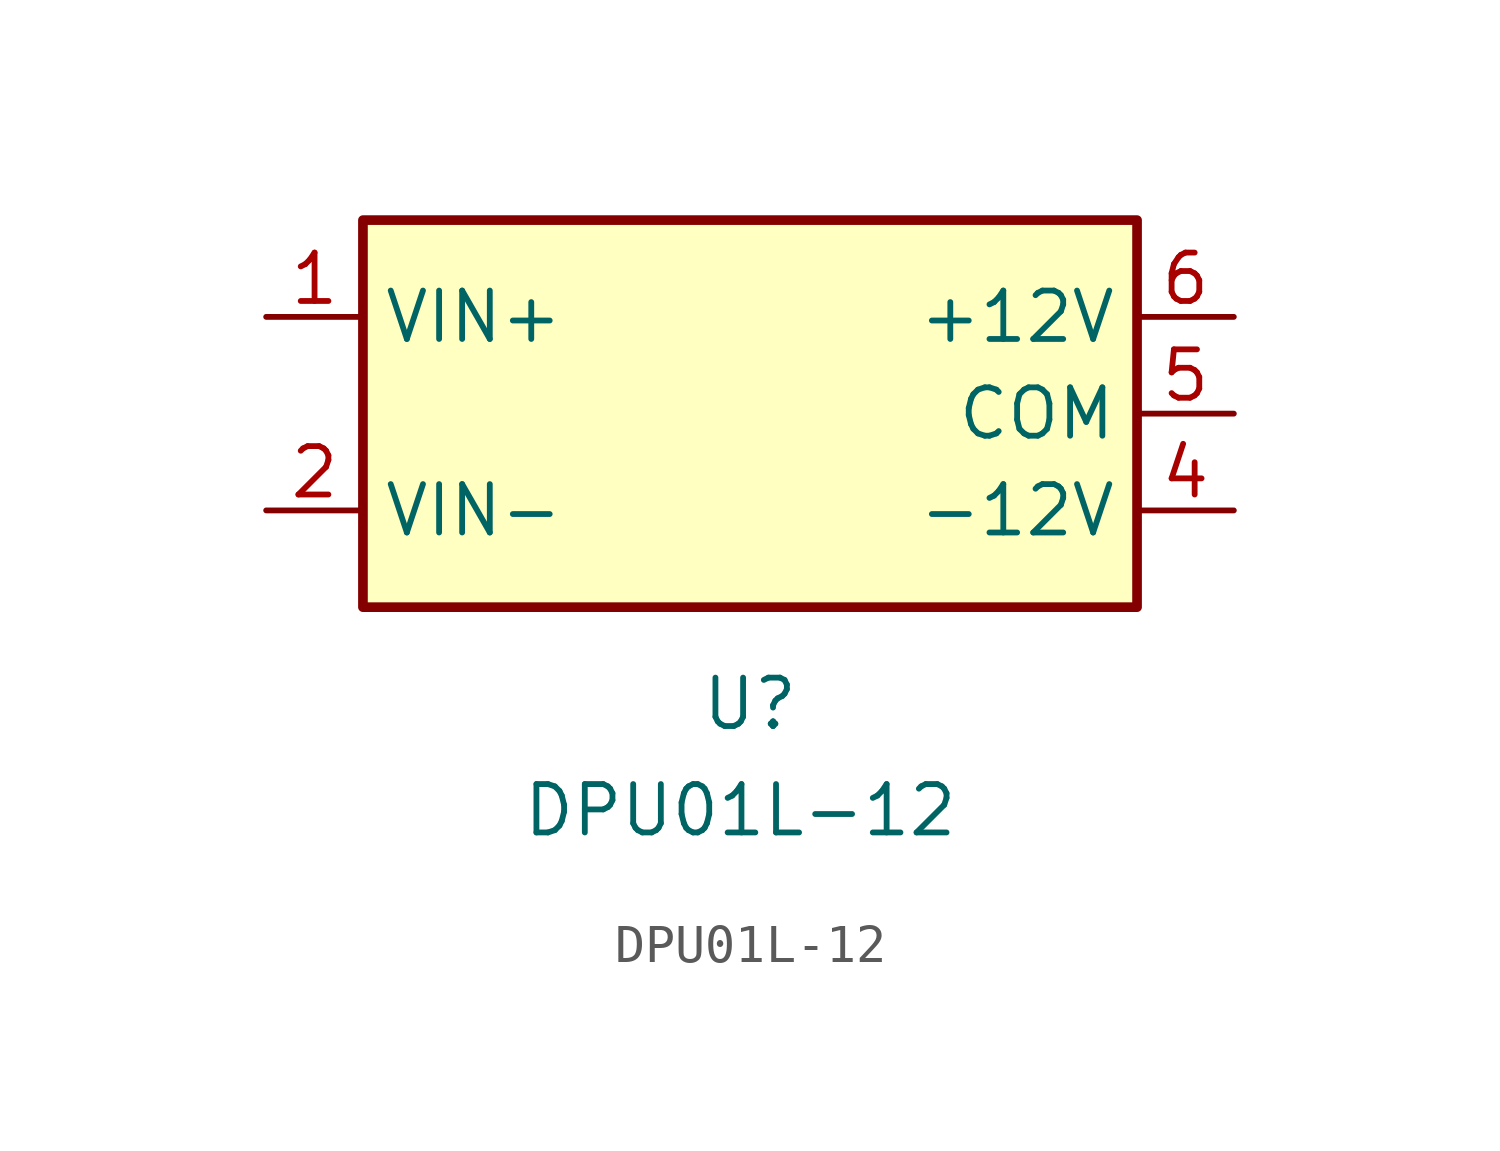
<source format=kicad_sym>
(kicad_symbol_lib
  (version 20231120)
  (generator "kicad_symbol_editor")
  (generator_version "8.0")
  (symbol "DPU01L-12"
    (property "Reference" "U"
      (at 0 -7.62 0)
      (effects (font (size 1.27 1.27))))
    (property "Value" "DPU01L-12"
      (at -0.254 -10.414 0)
      (effects (font (size 1.27 1.27))))
    (symbol "DPU01L-12_0_1"
      (rectangle (start -10.16 5.08) (end 10.16 -5.08) (stroke (width 0.254) (type default)) (fill (type background))))
    (symbol "DPU01L-12_1_1"
      (pin power_in line (at -12.7 2.54 0) (length 2.54) (name "VIN+" (effects (font (size 1.27 1.27)))) (number "1" (effects (font (size 1.27 1.27)))))
      (pin input line (at -12.7 -2.54 0) (length 2.54) (name "VIN-" (effects (font (size 1.27 1.27)))) (number "2" (effects (font (size 1.27 1.27)))))
      (pin output line (at 12.7 -2.54 180) (length 2.54) (name "-12V" (effects (font (size 1.27 1.27)))) (number "4" (effects (font (size 1.27 1.27)))))
      (pin output line (at 12.7 0 180) (length 2.54) (name "COM" (effects (font (size 1.27 1.27)))) (number "5" (effects (font (size 1.27 1.27)))))
      (pin output line (at 12.7 2.54 180) (length 2.54) (name "+12V" (effects (font (size 1.27 1.27)))) (number "6" (effects (font (size 1.27 1.27))))))))
</source>
